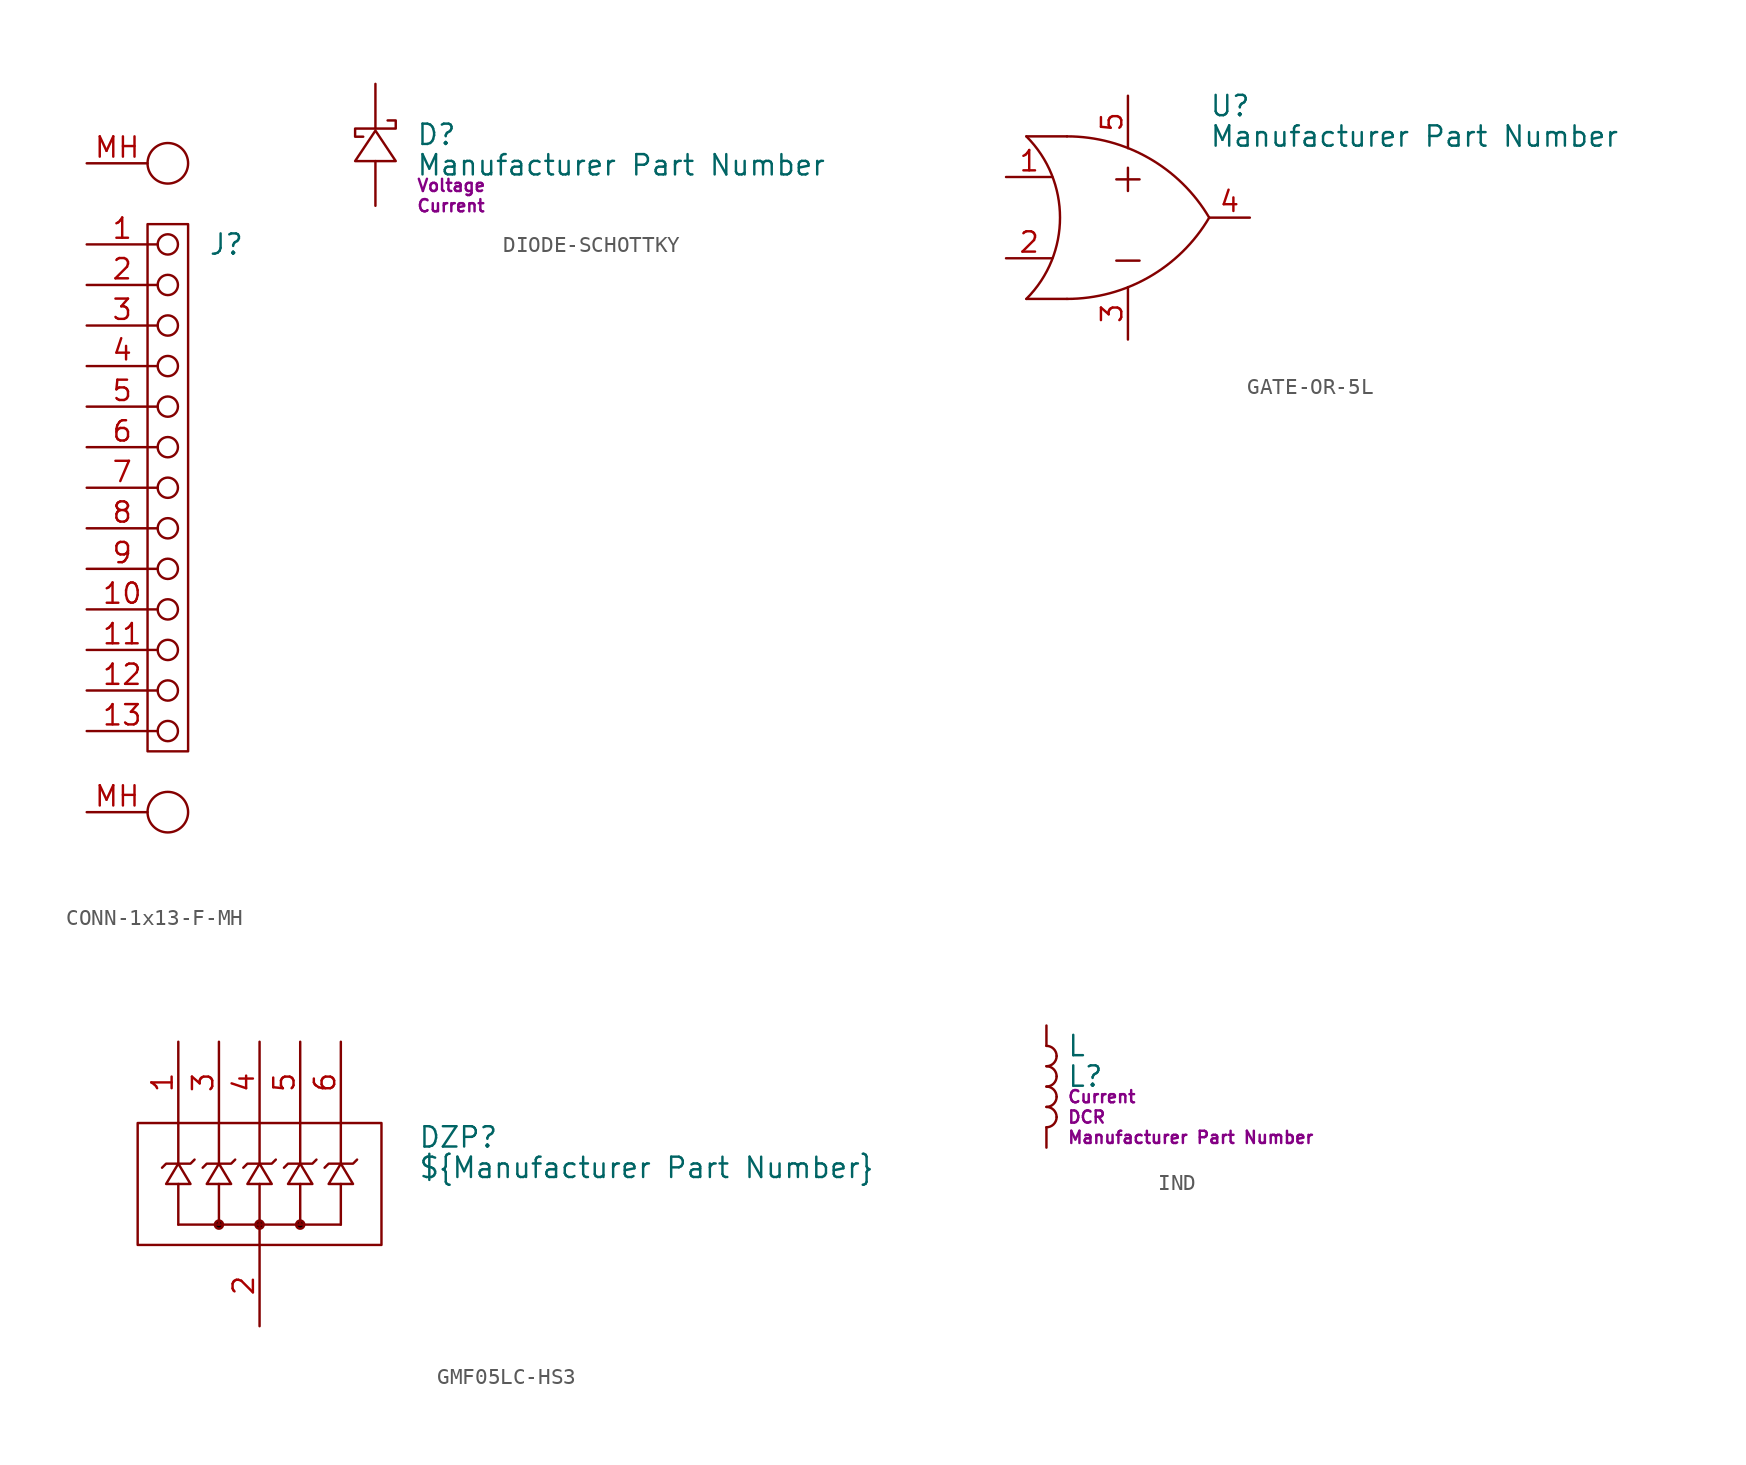
<source format=kicad_sym>
(kicad_symbol_lib
  (version 20231120)
  (generator "kicad_symbol_editor")
  (generator_version "8.0")
  (symbol "CONN-1x13-F-MH"
    (pin_names
      (offset 0) hide)
    (property "Reference" "J"
      (at 7.62 0 0)
      (effects (font (size 1.27 1.27)) (justify left)))
    (property "Value" "${Manufacturer Part Number}"
      (at 7.62 -1.905 0)
      (effects (font (size 1.27 1.27)) (justify left)))
    (property "Manufacturer" ""
      (at 7.62 -2.54 0)
      (effects (font (size 0.762 0.762)) (justify left)))
    (property "Manufacturer Part Number" ""
      (at 7.62 -1.27 0)
      (effects (font (size 0.762 0.762)) (justify left)))
    (symbol "CONN-1x13-F-MH_0_1"
      (rectangle (start 3.81 1.27) (end 6.35 -31.75) (stroke (width 0) (type default)) (fill (type none))))
    (symbol "CONN-1x13-F-MH_1_1"
      (circle (center 5.08 -35.56) (radius 1.27) (stroke (width 0) (type default)) (fill (type none)))
      (circle (center 5.08 -30.48) (radius 0.635) (stroke (width 0) (type default)) (fill (type none)))
      (circle (center 5.08 -27.94) (radius 0.635) (stroke (width 0) (type default)) (fill (type none)))
      (circle (center 5.08 -25.4) (radius 0.635) (stroke (width 0) (type default)) (fill (type none)))
      (circle (center 5.08 -22.86) (radius 0.635) (stroke (width 0) (type default)) (fill (type none)))
      (circle (center 5.08 -20.32) (radius 0.635) (stroke (width 0) (type default)) (fill (type none)))
      (circle (center 5.08 -17.78) (radius 0.635) (stroke (width 0) (type default)) (fill (type none)))
      (circle (center 5.08 -15.24) (radius 0.635) (stroke (width 0) (type default)) (fill (type none)))
      (circle (center 5.08 -12.7) (radius 0.635) (stroke (width 0) (type default)) (fill (type none)))
      (circle (center 5.08 -10.16) (radius 0.635) (stroke (width 0) (type default)) (fill (type none)))
      (circle (center 5.08 -7.62) (radius 0.635) (stroke (width 0) (type default)) (fill (type none)))
      (circle (center 5.08 -5.08) (radius 0.635) (stroke (width 0) (type default)) (fill (type none)))
      (circle (center 5.08 -2.54) (radius 0.635) (stroke (width 0) (type default)) (fill (type none)))
      (circle (center 5.08 0) (radius 0.635) (stroke (width 0) (type default)) (fill (type none)))
      (circle (center 5.08 5.08) (radius 1.27) (stroke (width 0) (type default)) (fill (type none)))
      (pin passive line (at 0 0 0) (length 4.445) (name "1" (effects (font (size 1.27 1.27)))) (number "1" (effects (font (size 1.27 1.27)))))
      (pin passive line (at 0 -22.86 0) (length 4.445) (name "10" (effects (font (size 1.27 1.27)))) (number "10" (effects (font (size 1.27 1.27)))))
      (pin passive line (at 0 -25.4 0) (length 4.445) (name "11" (effects (font (size 1.27 1.27)))) (number "11" (effects (font (size 1.27 1.27)))))
      (pin passive line (at 0 -27.94 0) (length 4.445) (name "12" (effects (font (size 1.27 1.27)))) (number "12" (effects (font (size 1.27 1.27)))))
      (pin passive line (at 0 -30.48 0) (length 4.445) (name "13" (effects (font (size 1.27 1.27)))) (number "13" (effects (font (size 1.27 1.27)))))
      (pin passive line (at 0 -2.54 0) (length 4.445) (name "2" (effects (font (size 1.27 1.27)))) (number "2" (effects (font (size 1.27 1.27)))))
      (pin passive line (at 0 -5.08 0) (length 4.445) (name "3" (effects (font (size 1.27 1.27)))) (number "3" (effects (font (size 1.27 1.27)))))
      (pin passive line (at 0 -7.62 0) (length 4.445) (name "4" (effects (font (size 1.27 1.27)))) (number "4" (effects (font (size 1.27 1.27)))))
      (pin passive line (at 0 -10.16 0) (length 4.445) (name "5" (effects (font (size 1.27 1.27)))) (number "5" (effects (font (size 1.27 1.27)))))
      (pin passive line (at 0 -12.7 0) (length 4.445) (name "6" (effects (font (size 1.27 1.27)))) (number "6" (effects (font (size 1.27 1.27)))))
      (pin passive line (at 0 -15.24 0) (length 4.445) (name "7" (effects (font (size 1.27 1.27)))) (number "7" (effects (font (size 1.27 1.27)))))
      (pin passive line (at 0 -17.78 0) (length 4.445) (name "8" (effects (font (size 1.27 1.27)))) (number "8" (effects (font (size 1.27 1.27)))))
      (pin passive line (at 0 -20.32 0) (length 4.445) (name "9" (effects (font (size 1.27 1.27)))) (number "9" (effects (font (size 1.27 1.27)))))
      (pin passive line (at 0 -35.56 0) (length 3.81) (name "MH" (effects (font (size 1.27 1.27)))) (number "MH" (effects (font (size 1.27 1.27)))))
      (pin passive line (at 0 5.08 0) (length 3.81) (name "MH" (effects (font (size 1.27 1.27)))) (number "MH" (effects (font (size 1.27 1.27)))))))
  (symbol "DIODE-SCHOTTKY"
    (pin_numbers hide)
    (pin_names
      (offset 0) hide)
    (property "Reference" "D"
      (at 2.54 -3.175 0)
      (effects (font (size 1.27 1.27)) (justify left)))
    (property "Value" "Manufacturer Part Number"
      (at 2.54 -5.08 0)
      (effects (font (size 1.27 1.27)) (justify left)))
    (property "Voltage" "Voltage"
      (at 2.54 -6.35 0)
      (effects (font (size 0.762 0.762)) (justify left)))
    (property "Current" "Current"
      (at 2.54 -7.62 0)
      (effects (font (size 0.762 0.762)) (justify left)))
    (symbol "DIODE-SCHOTTKY_0_1"
      (polyline (pts (xy -1.27 -4.826) (xy 1.27 -4.826) (xy 0 -2.921) (xy -1.27 -4.826) (xy 0 -2.921)) (stroke (width 0) (type default)) (fill (type none)))
      (polyline (pts (xy 0.762 -2.286) (xy 1.27 -2.286) (xy 1.27 -2.794) (xy -1.27 -2.794) (xy -1.27 -3.302) (xy -0.762 -3.302)) (stroke (width 0) (type default)) (fill (type none))))
    (symbol "DIODE-SCHOTTKY_1_1"
      (pin passive line (at 0 -7.62 90) (length 2.794) (name "A" (effects (font (size 1.27 1.27)))) (number "A" (effects (font (size 1.27 1.27)))))
      (pin passive line (at 0 0 270) (length 2.794) (name "K" (effects (font (size 1.27 1.27)))) (number "K" (effects (font (size 1.27 1.27)))))))
  (symbol "GATE-OR-5L"
    (pin_names
      (offset 0) hide)
    (property "Reference" "U"
      (at 12.7 4.445 0)
      (effects (font (size 1.27 1.27)) (justify left)))
    (property "Value" "Manufacturer Part Number"
      (at 12.7 2.54 0)
      (effects (font (size 1.27 1.27)) (justify left)))
    (symbol "GATE-OR-5L_0_1"
      (polyline (pts (xy 1.27 -7.62) (xy 3.81 -7.62)) (stroke (width 0) (type default)) (fill (type none)))
      (polyline (pts (xy 1.27 2.54) (xy 3.81 2.54)) (stroke (width 0) (type default)) (fill (type none)))
      (arc (start 1.27 -7.62) (mid 3.3742 -2.54) (end 1.27 2.54) (stroke (width 0) (type default)) (fill (type none))))
    (symbol "GATE-OR-5L_1_1"
      (arc (start 3.81 -7.62) (mid 8.9295 -6.2603) (end 12.7 -2.54) (stroke (width 0) (type default)) (fill (type none)))
      (arc (start 12.7 -2.54) (mid 8.93 1.18) (end 3.81 2.54) (stroke (width 0) (type default)) (fill (type none)))
      (text "+" (at 7.62 0 0) (effects (font (size 1.905 1.905))))
      (text "−" (at 7.62 -5.08 0) (effects (font (size 1.905 1.905))))
      (pin input line (at 0 0 0) (length 2.896) (name "A" (effects (font (size 1.27 1.27)))) (number "1" (effects (font (size 1.27 1.27)))))
      (pin input line (at 0 -5.08 0) (length 2.896) (name "B" (effects (font (size 1.27 1.27)))) (number "2" (effects (font (size 1.27 1.27)))))
      (pin power_in line (at 7.62 -10.16 90) (length 3.277) (name "GND" (effects (font (size 1.27 1.27)))) (number "3" (effects (font (size 1.27 1.27)))))
      (pin input line (at 15.24 -2.54 180) (length 2.54) (name "Y" (effects (font (size 1.27 1.27)))) (number "4" (effects (font (size 1.27 1.27)))))
      (pin power_in line (at 7.62 5.08 270) (length 3.277) (name "VCC" (effects (font (size 1.27 1.27)))) (number "5" (effects (font (size 1.27 1.27)))))))
  (symbol "GMF05LC-HS3"
    (pin_names
      (offset 0) hide)
    (property "Reference" "DZP"
      (at 9.906 -5.969 0)
      (effects (font (size 1.27 1.27)) (justify left)))
    (property "Value" "${Manufacturer Part Number}"
      (at 9.906 -7.874 0)
      (effects (font (size 1.27 1.27)) (justify left)))
    (symbol "GMF05LC-HS3_0_1"
      (rectangle (start -7.62 -5.08) (end 7.62 -12.7) (stroke (width 0) (type default)) (fill (type none)))
      (polyline (pts (xy -5.08 -11.43) (xy 5.08 -11.43)) (stroke (width 0) (type default)) (fill (type none)))
      (polyline (pts (xy -5.08 -8.89) (xy -5.08 -11.43)) (stroke (width 0) (type default)) (fill (type none)))
      (polyline (pts (xy -5.08 -7.62) (xy -5.08 -5.08)) (stroke (width 0) (type default)) (fill (type none)))
      (polyline (pts (xy -2.54 -8.89) (xy -2.54 -11.43)) (stroke (width 0) (type default)) (fill (type none)))
      (polyline (pts (xy -2.54 -7.62) (xy -2.54 -5.08)) (stroke (width 0) (type default)) (fill (type none)))
      (polyline (pts (xy 0 -11.43) (xy 0 -12.7)) (stroke (width 0) (type default)) (fill (type none)))
      (polyline (pts (xy 0 -8.89) (xy 0 -11.43)) (stroke (width 0) (type default)) (fill (type none)))
      (polyline (pts (xy 0 -7.62) (xy 0 -5.08)) (stroke (width 0) (type default)) (fill (type none)))
      (polyline (pts (xy 2.54 -8.89) (xy 2.54 -11.43)) (stroke (width 0) (type default)) (fill (type none)))
      (polyline (pts (xy 2.54 -7.62) (xy 2.54 -5.08)) (stroke (width 0) (type default)) (fill (type none)))
      (polyline (pts (xy 5.08 -8.89) (xy 5.08 -11.43)) (stroke (width 0) (type default)) (fill (type none)))
      (polyline (pts (xy 5.08 -7.62) (xy 5.08 -5.08)) (stroke (width 0) (type default)) (fill (type none)))
      (polyline (pts (xy -6.096 -7.874) (xy -5.842 -7.62) (xy -4.318 -7.62) (xy -4.064 -7.366)) (stroke (width 0) (type default)) (fill (type none)))
      (polyline (pts (xy -5.08 -7.62) (xy -5.842 -8.89) (xy -4.318 -8.89) (xy -5.08 -7.62)) (stroke (width 0) (type default)) (fill (type none)))
      (polyline (pts (xy -3.556 -7.874) (xy -3.302 -7.62) (xy -1.778 -7.62) (xy -1.524 -7.366)) (stroke (width 0) (type default)) (fill (type none)))
      (polyline (pts (xy -2.54 -7.62) (xy -3.302 -8.89) (xy -1.778 -8.89) (xy -2.54 -7.62)) (stroke (width 0) (type default)) (fill (type none)))
      (polyline (pts (xy -1.016 -7.874) (xy -0.762 -7.62) (xy 0.762 -7.62) (xy 1.016 -7.366)) (stroke (width 0) (type default)) (fill (type none)))
      (polyline (pts (xy 0 -7.62) (xy -0.762 -8.89) (xy 0.762 -8.89) (xy 0 -7.62)) (stroke (width 0) (type default)) (fill (type none)))
      (polyline (pts (xy 1.524 -7.874) (xy 1.778 -7.62) (xy 3.302 -7.62) (xy 3.556 -7.366)) (stroke (width 0) (type default)) (fill (type none)))
      (polyline (pts (xy 2.54 -7.62) (xy 1.778 -8.89) (xy 3.302 -8.89) (xy 2.54 -7.62)) (stroke (width 0) (type default)) (fill (type none)))
      (polyline (pts (xy 4.064 -7.874) (xy 4.318 -7.62) (xy 5.842 -7.62) (xy 6.096 -7.366)) (stroke (width 0) (type default)) (fill (type none)))
      (polyline (pts (xy 5.08 -7.62) (xy 4.318 -8.89) (xy 5.842 -8.89) (xy 5.08 -7.62)) (stroke (width 0) (type default)) (fill (type none))))
    (symbol "GMF05LC-HS3_1_1"
      (circle (center -2.54 -11.43) (radius 0.254) (stroke (width 0) (type default)) (fill (type color) (color 0 0 0 1)))
      (circle (center 0 -11.43) (radius 0.254) (stroke (width 0) (type default)) (fill (type color) (color 0 0 0 1)))
      (circle (center 2.54 -11.43) (radius 0.254) (stroke (width 0) (type default)) (fill (type color) (color 0 0 0 1)))
      (pin passive line (at -5.08 0 270) (length 5.08) (name "K1" (effects (font (size 1.27 1.27)))) (number "1" (effects (font (size 1.27 1.27)))))
      (pin passive line (at 0 -17.78 90) (length 5.08) (name "A" (effects (font (size 1.27 1.27)))) (number "2" (effects (font (size 1.27 1.27)))))
      (pin passive line (at -2.54 0 270) (length 5.08) (name "K2" (effects (font (size 1.27 1.27)))) (number "3" (effects (font (size 1.27 1.27)))))
      (pin passive line (at 0 0 270) (length 5.08) (name "K3" (effects (font (size 1.27 1.27)))) (number "4" (effects (font (size 1.27 1.27)))))
      (pin passive line (at 2.54 0 270) (length 5.08) (name "K4" (effects (font (size 1.27 1.27)))) (number "5" (effects (font (size 1.27 1.27)))))
      (pin passive line (at 5.08 0 270) (length 5.08) (name "K5" (effects (font (size 1.27 1.27)))) (number "6" (effects (font (size 1.27 1.27)))))))
  (symbol "IND"
    (pin_numbers hide)
    (pin_names
      (offset 0) hide)
    (property "Reference" "L"
      (at 1.27 -3.175 0)
      (effects (font (size 1.27 1.27)) (justify left)))
    (property "Value" "L"
      (at 1.27 -1.27 0)
      (effects (font (size 1.27 1.27)) (justify left)))
    (property "Current" "Current"
      (at 1.27 -4.445 0)
      (effects (font (size 0.762 0.762)) (justify left)))
    (property "DCR" "DCR"
      (at 1.27 -5.715 0)
      (effects (font (size 0.762 0.762)) (justify left)))
    (property "Manufacturer Part Number" "Manufacturer Part Number"
      (at 1.27 -6.985 0)
      (effects (font (size 0.762 0.762)) (justify left)))
    (symbol "IND_0_1"
      (arc (start 0 -6.35) (mid 0.449 -6.164) (end 0.635 -5.715) (stroke (width 0) (type default)) (fill (type none)))
      (arc (start 0 -5.08) (mid 0.449 -4.894) (end 0.635 -4.445) (stroke (width 0) (type default)) (fill (type none)))
      (arc (start 0 -3.81) (mid 0.449 -3.624) (end 0.635 -3.175) (stroke (width 0) (type default)) (fill (type none)))
      (arc (start 0 -2.54) (mid 0.449 -2.354) (end 0.635 -1.905) (stroke (width 0) (type default)) (fill (type none)))
      (arc (start 0.635 -5.715) (mid 0.449 -5.266) (end 0 -5.08) (stroke (width 0) (type default)) (fill (type none)))
      (arc (start 0.635 -4.445) (mid 0.449 -3.996) (end 0 -3.81) (stroke (width 0) (type default)) (fill (type none)))
      (arc (start 0.635 -3.175) (mid 0.449 -2.726) (end 0 -2.54) (stroke (width 0) (type default)) (fill (type none)))
      (arc (start 0.635 -1.905) (mid 0.449 -1.456) (end 0 -1.27) (stroke (width 0) (type default)) (fill (type none))))
    (symbol "IND_1_1"
      (pin passive line (at 0 0 270) (length 1.27) (name "1" (effects (font (size 1.27 1.27)))) (number "1" (effects (font (size 1.27 1.27)))))
      (pin passive line (at 0 -7.62 90) (length 1.27) (name "2" (effects (font (size 1.27 1.27)))) (number "2" (effects (font (size 1.27 1.27))))))))
</source>
